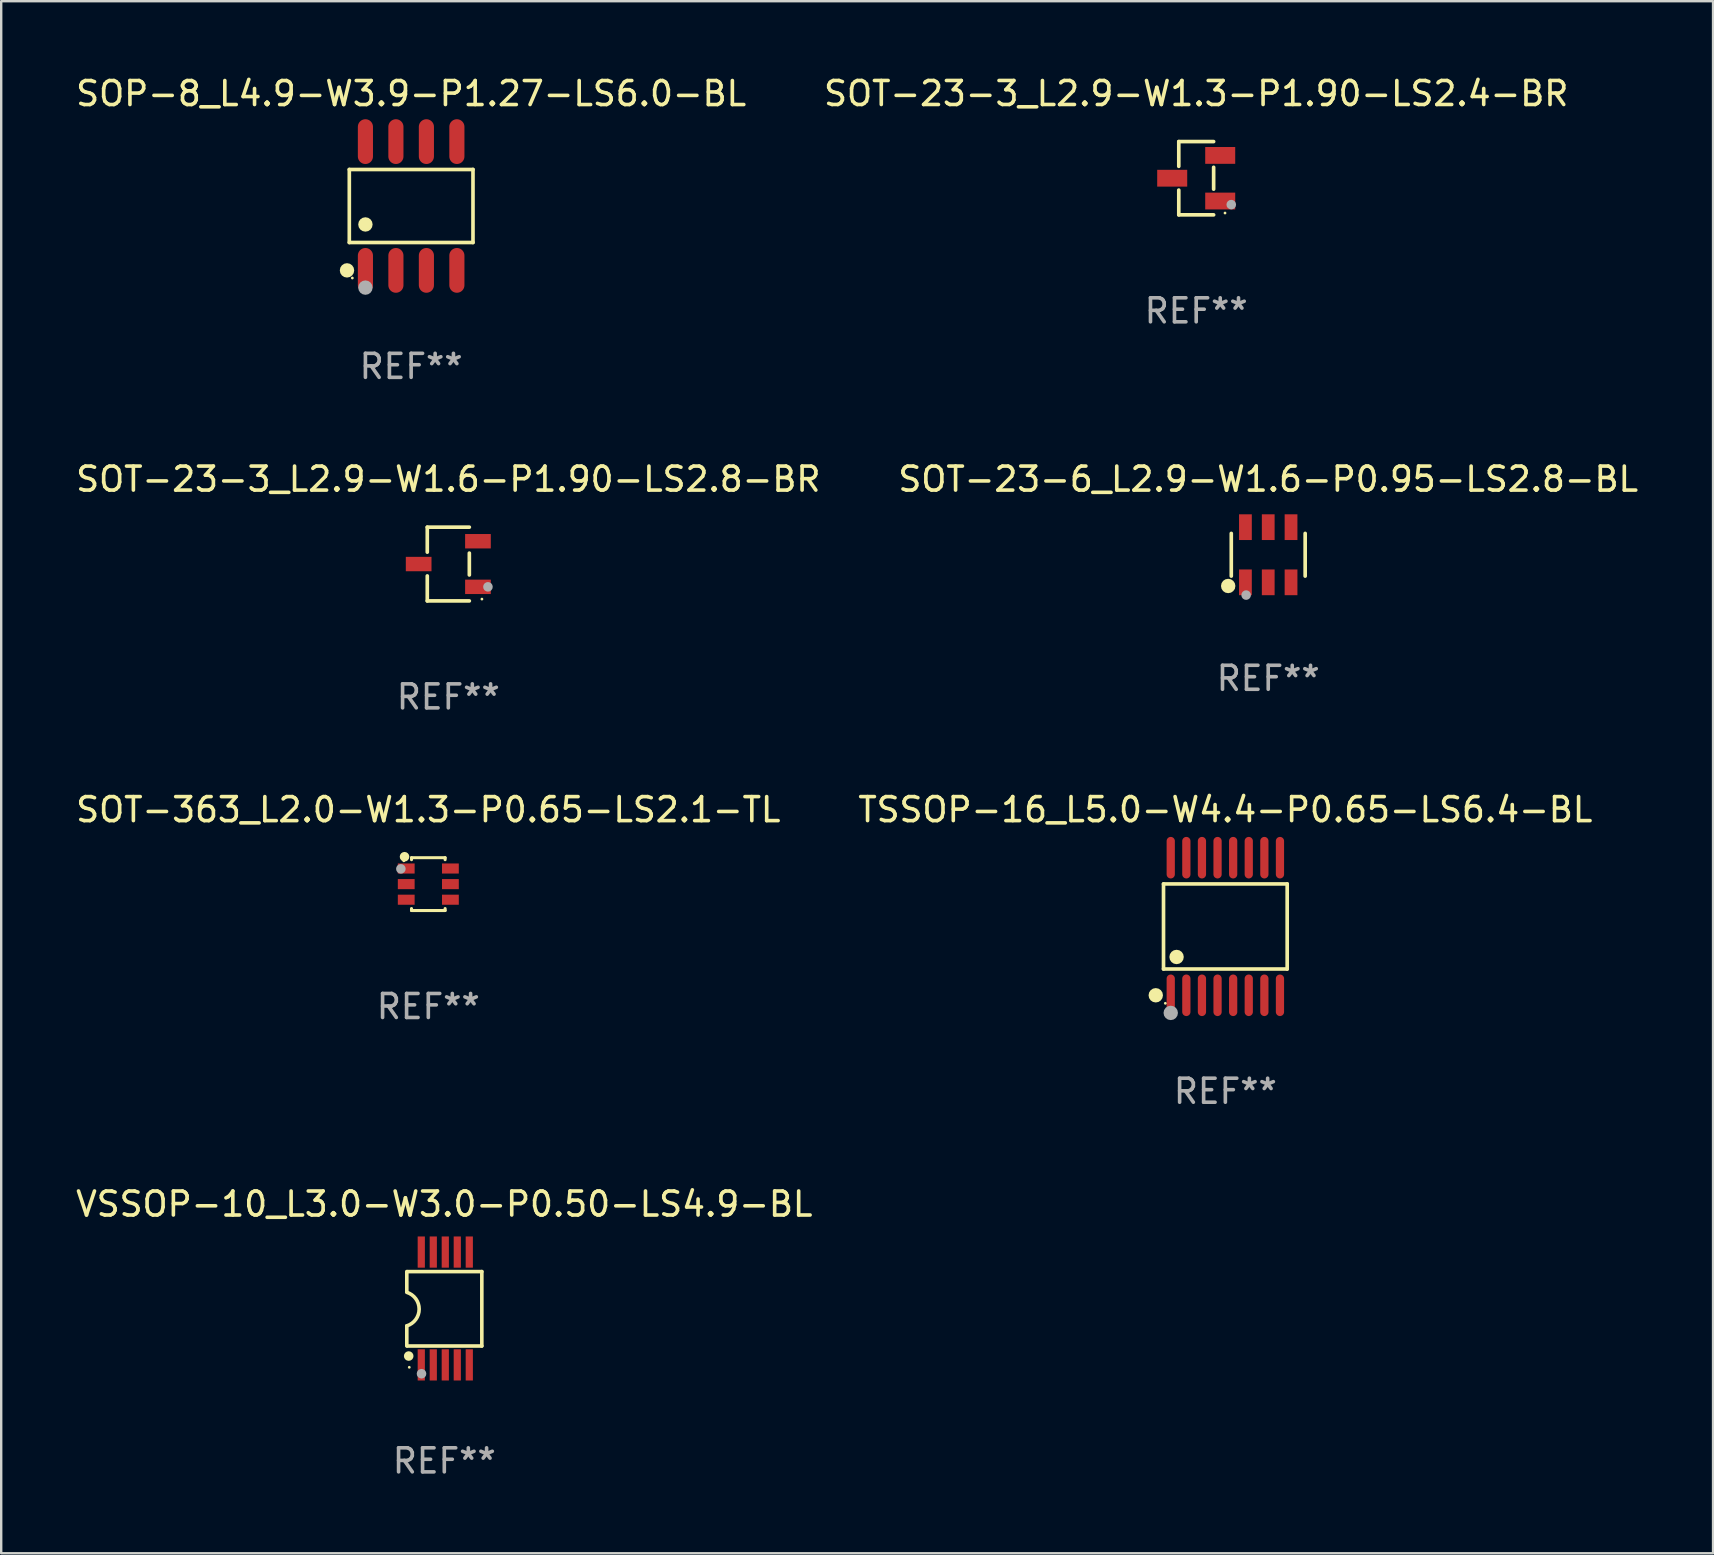
<source format=kicad_pcb>
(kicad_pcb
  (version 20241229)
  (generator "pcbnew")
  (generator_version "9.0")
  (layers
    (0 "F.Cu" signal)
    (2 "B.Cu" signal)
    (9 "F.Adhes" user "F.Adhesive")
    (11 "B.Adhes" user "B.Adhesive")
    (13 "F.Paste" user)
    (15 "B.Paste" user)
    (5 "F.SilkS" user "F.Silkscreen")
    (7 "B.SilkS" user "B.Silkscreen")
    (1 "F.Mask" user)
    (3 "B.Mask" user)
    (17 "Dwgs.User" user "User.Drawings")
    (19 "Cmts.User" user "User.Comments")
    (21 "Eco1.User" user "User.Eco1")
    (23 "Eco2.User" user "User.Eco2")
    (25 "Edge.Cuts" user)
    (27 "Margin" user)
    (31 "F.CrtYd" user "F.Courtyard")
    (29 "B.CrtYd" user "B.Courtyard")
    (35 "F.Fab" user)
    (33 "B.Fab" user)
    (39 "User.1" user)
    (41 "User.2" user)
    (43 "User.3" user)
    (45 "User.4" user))
  (footprint "SOP-8_L4.9-W3.9-P1.27-LS6.0-BL"
    (layer "F.Cu")
    (at 14.077 5.531)
    (property "Reference" "SOP-8_L4.9-W3.9-P1.27-LS6.0-BL" (at 0 -4.682 0) (layer "F.SilkS") (effects (font (size 1 1) (thickness 0.15))))
    (attr through_hole)
    (fp_line (start -2.576 -1.521) (end 2.576 -1.521) (stroke (width 0.152) (type solid)) (layer "F.SilkS"))
    (fp_line (start -2.576 1.521) (end -2.576 -1.521) (stroke (width 0.152) (type solid)) (layer "F.SilkS"))
    (fp_line (start 2.576 -1.521) (end 2.576 1.521) (stroke (width 0.152) (type solid)) (layer "F.SilkS"))
    (fp_line (start 2.576 1.521) (end -2.576 1.521) (stroke (width 0.152) (type solid)) (layer "F.SilkS"))
    (fp_circle (center -2.672 2.682) (end -2.522 2.682) (stroke (width 0.3) (type solid)) (fill no) (layer "F.SilkS"))
    (fp_circle (center -2.45 3) (end -2.42 3) (stroke (width 0.06) (type solid)) (fill no) (layer "F.SilkS"))
    (fp_circle (center -1.905 0.769) (end -1.755 0.769) (stroke (width 0.3) (type solid)) (fill no) (layer "F.SilkS"))
    (fp_circle (center -1.905 3.4) (end -1.755 3.4) (stroke (width 0.3) (type solid)) (fill no) (layer "F.Fab"))
    (fp_text user "REF**" (at 0 6.682 0) (layer "F.Fab") (effects (font (size 1 1) (thickness 0.15))))
    (pad "1" smd oval (at -1.905 2.682) (size 0.63 1.865) (layers "F.Cu" "F.Mask" "F.Paste"))
    (pad "2" smd oval (at -0.635 2.682) (size 0.63 1.865) (layers "F.Cu" "F.Mask" "F.Paste"))
    (pad "3" smd oval (at 0.635 2.682) (size 0.63 1.865) (layers "F.Cu" "F.Mask" "F.Paste"))
    (pad "4" smd oval (at 1.905 2.682) (size 0.63 1.865) (layers "F.Cu" "F.Mask" "F.Paste"))
    (pad "5" smd oval (at 1.905 -2.682) (size 0.63 1.865) (layers "F.Cu" "F.Mask" "F.Paste"))
    (pad "6" smd oval (at 0.635 -2.682) (size 0.63 1.865) (layers "F.Cu" "F.Mask" "F.Paste"))
    (pad "7" smd oval (at -0.635 -2.682) (size 0.63 1.865) (layers "F.Cu" "F.Mask" "F.Paste"))
    (pad "8" smd oval (at -1.905 -2.682) (size 0.63 1.865) (layers "F.Cu" "F.Mask" "F.Paste")))
  (footprint "SOT-23-6_L2.9-W1.6-P0.95-LS2.8-BL"
    (layer "F.Cu")
    (at 49.78 20.059)
    (property "Reference" "SOT-23-6_L2.9-W1.6-P0.95-LS2.8-BL" (at 0 -3.149 0) (layer "F.SilkS") (effects (font (size 1 1) (thickness 0.15))))
    (attr through_hole)
    (fp_line (start -1.539 0.889) (end -1.539 -0.889) (stroke (width 0.152) (type solid)) (layer "F.SilkS"))
    (fp_line (start 1.539 0.889) (end 1.539 -0.889) (stroke (width 0.152) (type solid)) (layer "F.SilkS"))
    (fp_circle (center -1.668 1.301) (end -1.518 1.301) (stroke (width 0.3) (type solid)) (fill no) (layer "F.SilkS"))
    (fp_circle (center -1.463 1.4) (end -1.433 1.4) (stroke (width 0.06) (type solid)) (fill no) (layer "F.SilkS"))
    (fp_circle (center -0.92 1.68) (end -0.82 1.68) (stroke (width 0.2) (type solid)) (fill no) (layer "F.Fab"))
    (fp_text user "REF**" (at 0 5.149 0) (layer "F.Fab") (effects (font (size 1 1) (thickness 0.15))))
    (pad "1" smd rect (at -0.95 1.149) (size 0.532 1.072) (layers "F.Cu" "F.Mask" "F.Paste"))
    (pad "2" smd rect (at 0 1.149) (size 0.532 1.072) (layers "F.Cu" "F.Mask" "F.Paste"))
    (pad "3" smd rect (at 0.95 1.149) (size 0.532 1.072) (layers "F.Cu" "F.Mask" "F.Paste"))
    (pad "4" smd rect (at 0.95 -1.149) (size 0.532 1.072) (layers "F.Cu" "F.Mask" "F.Paste"))
    (pad "5" smd rect (at 0 -1.149) (size 0.532 1.072) (layers "F.Cu" "F.Mask" "F.Paste"))
    (pad "6" smd rect (at -0.95 -1.149) (size 0.532 1.072) (layers "F.Cu" "F.Mask" "F.Paste")))
  (footprint "SOT-23-3_L2.9-W1.3-P1.90-LS2.4-BR"
    (layer "F.Cu")
    (at 46.78 4.374)
    (property "Reference" "SOT-23-3_L2.9-W1.3-P1.90-LS2.4-BR" (at 0 -3.526 0) (layer "F.SilkS") (effects (font (size 1 1) (thickness 0.15))))
    (attr through_hole)
    (fp_line (start -0.726 -1.526) (end -0.726 -0.495) (stroke (width 0.152) (type solid)) (layer "F.SilkS"))
    (fp_line (start -0.726 1.526) (end -0.726 0.495) (stroke (width 0.152) (type solid)) (layer "F.SilkS"))
    (fp_line (start 0.726 -1.526) (end -0.726 -1.526) (stroke (width 0.152) (type solid)) (layer "F.SilkS"))
    (fp_line (start 0.726 -0.455) (end 0.726 0.455) (stroke (width 0.152) (type solid)) (layer "F.SilkS"))
    (fp_line (start 0.726 1.526) (end -0.726 1.526) (stroke (width 0.152) (type solid)) (layer "F.SilkS"))
    (fp_circle (center 1.2 1.45) (end 1.23 1.45) (stroke (width 0.06) (type solid)) (fill no) (layer "F.SilkS"))
    (fp_circle (center 1.46 1.1) (end 1.56 1.1) (stroke (width 0.2) (type solid)) (fill no) (layer "F.Fab"))
    (fp_text user "REF**" (at 0 5.526 0) (layer "F.Fab") (effects (font (size 1 1) (thickness 0.15))))
    (pad "1" smd rect (at 1 0.95) (size 1.25 0.7) (layers "F.Cu" "F.Mask" "F.Paste"))
    (pad "2" smd rect (at 1 -0.95) (size 1.25 0.7) (layers "F.Cu" "F.Mask" "F.Paste"))
    (pad "3" smd rect (at -1 0) (size 1.25 0.7) (layers "F.Cu" "F.Mask" "F.Paste")))
  (footprint "VSSOP-10_L3.0-W3.0-P0.50-LS4.9-BL"
    (layer "F.Cu")
    (at 15.499 51.457)
    (property "Reference" "VSSOP-10_L3.0-W3.0-P0.50-LS4.9-BL" (at -0.041 -4.35 0) (layer "F.SilkS") (effects (font (size 1 1) (thickness 0.15))))
    (attr through_hole)
    (fp_line (start -1.603 -1.537) (end -1.603 -0.698) (stroke (width 0.15) (type solid)) (layer "F.SilkS"))
    (fp_line (start -1.603 0.724) (end -1.603 1.562) (stroke (width 0.15) (type solid)) (layer "F.SilkS"))
    (fp_line (start -1.578 -1.537) (end 1.522 -1.537) (stroke (width 0.15) (type solid)) (layer "F.SilkS"))
    (fp_line (start -1.578 1.562) (end 1.522 1.562) (stroke (width 0.15) (type solid)) (layer "F.SilkS"))
    (fp_line (start 1.522 1.564) (end 1.522 -1.537) (stroke (width 0.15) (type solid)) (layer "F.SilkS"))
    (fp_arc (start -1.602616 -0.672924) (mid -1.088395 0.025578) (end -1.602617 0.72408) (stroke (width 0.150013) (type solid)) (layer "F.SilkS"))
    (fp_circle (center -1.524 1.981) (end -1.424 1.981) (stroke (width 0.2) (type solid)) (fill no) (layer "F.SilkS"))
    (fp_circle (center -1.5 2.45) (end -1.47 2.45) (stroke (width 0.06) (type solid)) (fill no) (layer "F.SilkS"))
    (fp_circle (center -0.99 2.718) (end -0.89 2.718) (stroke (width 0.2) (type solid)) (fill no) (layer "F.Fab"))
    (fp_text user "REF**" (at -0.041 6.35 0) (layer "F.Fab") (effects (font (size 1 1) (thickness 0.15))))
    (pad "1" smd rect (at -1 2.35) (size 0.3 1.3) (layers "F.Cu" "F.Mask" "F.Paste"))
    (pad "2" smd rect (at -0.5 2.35) (size 0.3 1.3) (layers "F.Cu" "F.Mask" "F.Paste"))
    (pad "3" smd rect (at -0.000127 2.35) (size 0.3 1.3) (layers "F.Cu" "F.Mask" "F.Paste"))
    (pad "4" smd rect (at 0.5 2.35) (size 0.3 1.3) (layers "F.Cu" "F.Mask" "F.Paste"))
    (pad "5" smd rect (at 1 2.35) (size 0.3 1.3) (layers "F.Cu" "F.Mask" "F.Paste"))
    (pad "6" smd rect (at 1 -2.35) (size 0.3 1.3) (layers "F.Cu" "F.Mask" "F.Paste"))
    (pad "7" smd rect (at 0.5 -2.35) (size 0.3 1.3) (layers "F.Cu" "F.Mask" "F.Paste"))
    (pad "8" smd rect (at 0.000127 -2.35) (size 0.3 1.3) (layers "F.Cu" "F.Mask" "F.Paste"))
    (pad "9" smd rect (at -0.5 -2.35) (size 0.3 1.3) (layers "F.Cu" "F.Mask" "F.Paste"))
    (pad "10" smd rect (at -1 -2.35) (size 0.3 1.3) (layers "F.Cu" "F.Mask" "F.Paste")))
  (footprint "SOT-363_L2.0-W1.3-P0.65-LS2.1-TL"
    (layer "F.Cu")
    (at 14.792 33.779)
    (property "Reference" "SOT-363_L2.0-W1.3-P0.65-LS2.1-TL" (at 0 -3.1 0) (layer "F.SilkS") (effects (font (size 1 1) (thickness 0.15))))
    (attr through_hole)
    (fp_line (start -0.7 -1.1) (end -0.7 -1.018) (stroke (width 0.127) (type solid)) (layer "F.SilkS"))
    (fp_line (start -0.7 -1.1) (end 0.7 -1.1) (stroke (width 0.127) (type solid)) (layer "F.SilkS"))
    (fp_line (start -0.7 1.018) (end -0.7 1.1) (stroke (width 0.127) (type solid)) (layer "F.SilkS"))
    (fp_line (start -0.7 1.1) (end 0.7 1.1) (stroke (width 0.127) (type solid)) (layer "F.SilkS"))
    (fp_line (start 0.7 -1.1) (end 0.7 -1.018) (stroke (width 0.127) (type solid)) (layer "F.SilkS"))
    (fp_line (start 0.7 1.018) (end 0.7 1.1) (stroke (width 0.127) (type solid)) (layer "F.SilkS"))
    (fp_circle (center -1.02 -0.97) (end -0.99 -0.97) (stroke (width 0.06) (type solid)) (fill no) (layer "F.SilkS"))
    (fp_circle (center -0.99 -1.14) (end -0.89 -1.14) (stroke (width 0.2) (type solid)) (fill no) (layer "F.SilkS"))
    (fp_circle (center -1.143 -0.635) (end -1.043 -0.635) (stroke (width 0.2) (type solid)) (fill no) (layer "F.Fab"))
    (fp_text user "REF**" (at 0 5.1 0) (layer "F.Fab") (effects (font (size 1 1) (thickness 0.15))))
    (pad "1" smd rect (at -0.92 -0.65) (size 0.7 0.42) (layers "F.Cu" "F.Mask" "F.Paste"))
    (pad "2" smd rect (at -0.92 0) (size 0.7 0.42) (layers "F.Cu" "F.Mask" "F.Paste"))
    (pad "3" smd rect (at -0.92 0.65) (size 0.7 0.42) (layers "F.Cu" "F.Mask" "F.Paste"))
    (pad "4" smd rect (at 0.92 0.65) (size 0.7 0.42) (layers "F.Cu" "F.Mask" "F.Paste"))
    (pad "5" smd rect (at 0.92 0) (size 0.7 0.42) (layers "F.Cu" "F.Mask" "F.Paste"))
    (pad "6" smd rect (at 0.92 -0.65) (size 0.7 0.42) (layers "F.Cu" "F.Mask" "F.Paste")))
  (footprint "TSSOP-16_L5.0-W4.4-P0.65-LS6.4-BL"
    (layer "F.Cu")
    (at 47.994 35.544)
    (property "Reference" "TSSOP-16_L5.0-W4.4-P0.65-LS6.4-BL" (at 0 -4.866 0) (layer "F.SilkS") (effects (font (size 1 1) (thickness 0.15))))
    (attr through_hole)
    (fp_line (start -2.576 -1.772) (end 2.576 -1.772) (stroke (width 0.152) (type solid)) (layer "F.SilkS"))
    (fp_line (start -2.576 1.771) (end -2.576 -1.772) (stroke (width 0.152) (type solid)) (layer "F.SilkS"))
    (fp_line (start 2.576 -1.772) (end 2.576 1.771) (stroke (width 0.152) (type solid)) (layer "F.SilkS"))
    (fp_line (start 2.576 1.771) (end -2.576 1.771) (stroke (width 0.152) (type solid)) (layer "F.SilkS"))
    (fp_circle (center -2.899 2.866) (end -2.749 2.866) (stroke (width 0.3) (type solid)) (fill no) (layer "F.SilkS"))
    (fp_circle (center -2.5 3.2) (end -2.47 3.2) (stroke (width 0.06) (type solid)) (fill no) (layer "F.SilkS"))
    (fp_circle (center -2.032 1.27) (end -1.882 1.27) (stroke (width 0.3) (type solid)) (fill no) (layer "F.SilkS"))
    (fp_circle (center -2.275 3.6) (end -2.125 3.6) (stroke (width 0.3) (type solid)) (fill no) (layer "F.Fab"))
    (fp_text user "REF**" (at 0 6.866 0) (layer "F.Fab") (effects (font (size 1 1) (thickness 0.15))))
    (pad "1" smd oval (at -2.275 2.866) (size 0.343 1.731) (layers "F.Cu" "F.Mask" "F.Paste"))
    (pad "2" smd oval (at -1.625 2.866) (size 0.343 1.731) (layers "F.Cu" "F.Mask" "F.Paste"))
    (pad "3" smd oval (at -0.975 2.866) (size 0.343 1.731) (layers "F.Cu" "F.Mask" "F.Paste"))
    (pad "4" smd oval (at -0.325 2.866) (size 0.343 1.731) (layers "F.Cu" "F.Mask" "F.Paste"))
    (pad "5" smd oval (at 0.325 2.866) (size 0.343 1.731) (layers "F.Cu" "F.Mask" "F.Paste"))
    (pad "6" smd oval (at 0.975 2.866) (size 0.343 1.731) (layers "F.Cu" "F.Mask" "F.Paste"))
    (pad "7" smd oval (at 1.625 2.866) (size 0.343 1.731) (layers "F.Cu" "F.Mask" "F.Paste"))
    (pad "8" smd oval (at 2.275 2.866) (size 0.343 1.731) (layers "F.Cu" "F.Mask" "F.Paste"))
    (pad "9" smd oval (at 2.275 -2.866) (size 0.343 1.731) (layers "F.Cu" "F.Mask" "F.Paste"))
    (pad "10" smd oval (at 1.625 -2.866) (size 0.343 1.731) (layers "F.Cu" "F.Mask" "F.Paste"))
    (pad "11" smd oval (at 0.975 -2.866) (size 0.343 1.731) (layers "F.Cu" "F.Mask" "F.Paste"))
    (pad "12" smd oval (at 0.325 -2.866) (size 0.343 1.731) (layers "F.Cu" "F.Mask" "F.Paste"))
    (pad "13" smd oval (at -0.325 -2.866) (size 0.343 1.731) (layers "F.Cu" "F.Mask" "F.Paste"))
    (pad "14" smd oval (at -0.975 -2.866) (size 0.343 1.731) (layers "F.Cu" "F.Mask" "F.Paste"))
    (pad "15" smd oval (at -1.625 -2.866) (size 0.343 1.731) (layers "F.Cu" "F.Mask" "F.Paste"))
    (pad "16" smd oval (at -2.275 -2.866) (size 0.343 1.731) (layers "F.Cu" "F.Mask" "F.Paste")))
  (footprint "SOT-23-3_L2.9-W1.6-P1.90-LS2.8-BR"
    (layer "F.Cu")
    (at 15.625 20.446)
    (property "Reference" "SOT-23-3_L2.9-W1.6-P1.90-LS2.8-BR" (at 0 -3.536 0) (layer "F.SilkS") (effects (font (size 1 1) (thickness 0.15))))
    (attr through_hole)
    (fp_line (start -0.876 -1.536) (end -0.876 -0.495) (stroke (width 0.152) (type solid)) (layer "F.SilkS"))
    (fp_line (start -0.876 1.536) (end -0.876 0.495) (stroke (width 0.152) (type solid)) (layer "F.SilkS"))
    (fp_line (start 0.876 -1.536) (end -0.876 -1.536) (stroke (width 0.152) (type solid)) (layer "F.SilkS"))
    (fp_line (start 0.876 -0.455) (end 0.876 0.455) (stroke (width 0.152) (type solid)) (layer "F.SilkS"))
    (fp_line (start 0.876 1.536) (end -0.876 1.536) (stroke (width 0.152) (type solid)) (layer "F.SilkS"))
    (fp_circle (center 1.4 1.46) (end 1.43 1.46) (stroke (width 0.06) (type solid)) (fill no) (layer "F.SilkS"))
    (fp_circle (center 1.651 0.95) (end 1.751 0.95) (stroke (width 0.2) (type solid)) (fill no) (layer "F.Fab"))
    (fp_text user "REF**" (at 0 5.536 0) (layer "F.Fab") (effects (font (size 1 1) (thickness 0.15))))
    (pad "1" smd rect (at 1.235 0.95) (size 1.07 0.6) (layers "F.Cu" "F.Mask" "F.Paste"))
    (pad "2" smd rect (at 1.235 -0.95) (size 1.07 0.6) (layers "F.Cu" "F.Mask" "F.Paste"))
    (pad "3" smd rect (at -1.235 0) (size 1.07 0.6) (layers "F.Cu" "F.Mask" "F.Paste")))
  (gr_rect
    (start -3 -3)
    (end 68.31 61.655)
    (stroke (width 0.1) (type default))
    (fill no)
    (layer "Edge.Cuts")))
</source>
